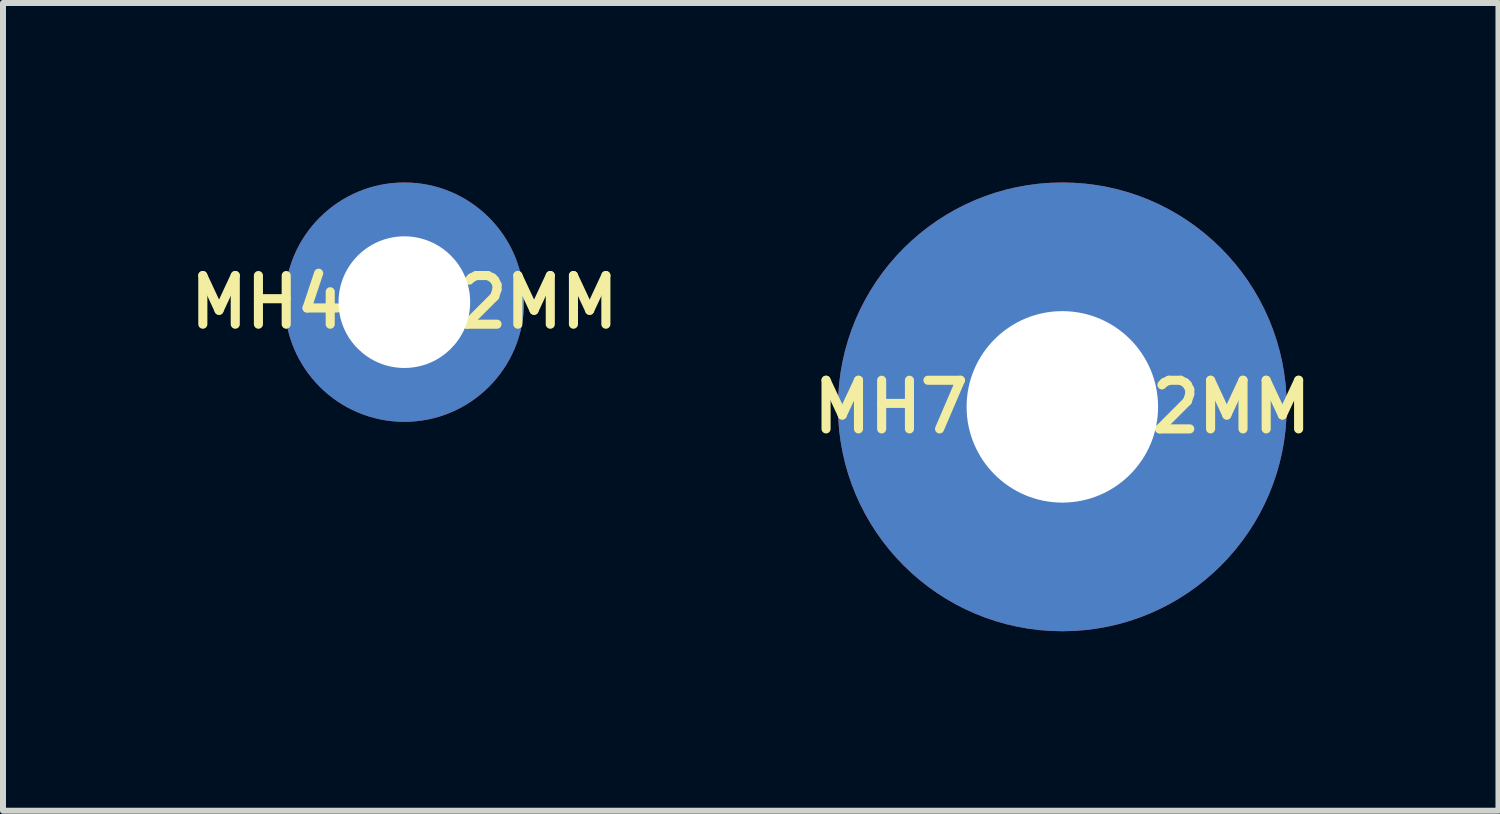
<source format=kicad_pcb>
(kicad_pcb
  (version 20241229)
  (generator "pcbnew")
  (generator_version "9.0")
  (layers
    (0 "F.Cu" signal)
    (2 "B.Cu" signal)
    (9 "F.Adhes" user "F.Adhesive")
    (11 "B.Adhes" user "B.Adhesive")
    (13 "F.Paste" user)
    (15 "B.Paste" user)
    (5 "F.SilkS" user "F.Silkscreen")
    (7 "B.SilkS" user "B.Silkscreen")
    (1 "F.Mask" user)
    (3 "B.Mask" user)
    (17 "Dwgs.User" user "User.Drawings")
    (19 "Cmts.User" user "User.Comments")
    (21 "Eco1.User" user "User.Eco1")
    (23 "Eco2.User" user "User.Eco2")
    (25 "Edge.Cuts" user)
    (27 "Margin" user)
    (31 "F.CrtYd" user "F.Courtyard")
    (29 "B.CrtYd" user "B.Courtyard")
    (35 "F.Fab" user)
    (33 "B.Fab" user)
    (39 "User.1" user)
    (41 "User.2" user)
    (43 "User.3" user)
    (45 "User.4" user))
  (footprint "MH4X2.2MM"
    (layer "F.Cu")
    (at 3.708 2)
    (property "Reference" "MH4X2.2MM" (at 0 0 0) (unlocked yes) (layer "F.SilkS") (effects (font (size 0.813 0.813) (thickness 0.152))))
    (attr through_hole)
    (pad "1" thru_hole circle (at 0 0) (size 4 4) (drill 2.2) (layers "*.Cu" "*.Mask")))
  (footprint "MH7.5X3.2MM"
    (layer "F.Cu")
    (at 14.705 3.75)
    (property "Reference" "MH7.5X3.2MM" (at 0 0 0) (unlocked yes) (layer "F.SilkS") (effects (font (size 0.813 0.813) (thickness 0.152))))
    (attr through_hole)
    (pad "1" thru_hole circle (at 0 0) (size 7.5 7.5) (drill 3.2) (layers "*.Cu" "*.Mask")))
  (gr_rect
    (start -3 -3)
    (end 21.994 10.5)
    (stroke (width 0.1) (type default))
    (fill no)
    (layer "Edge.Cuts")))
</source>
